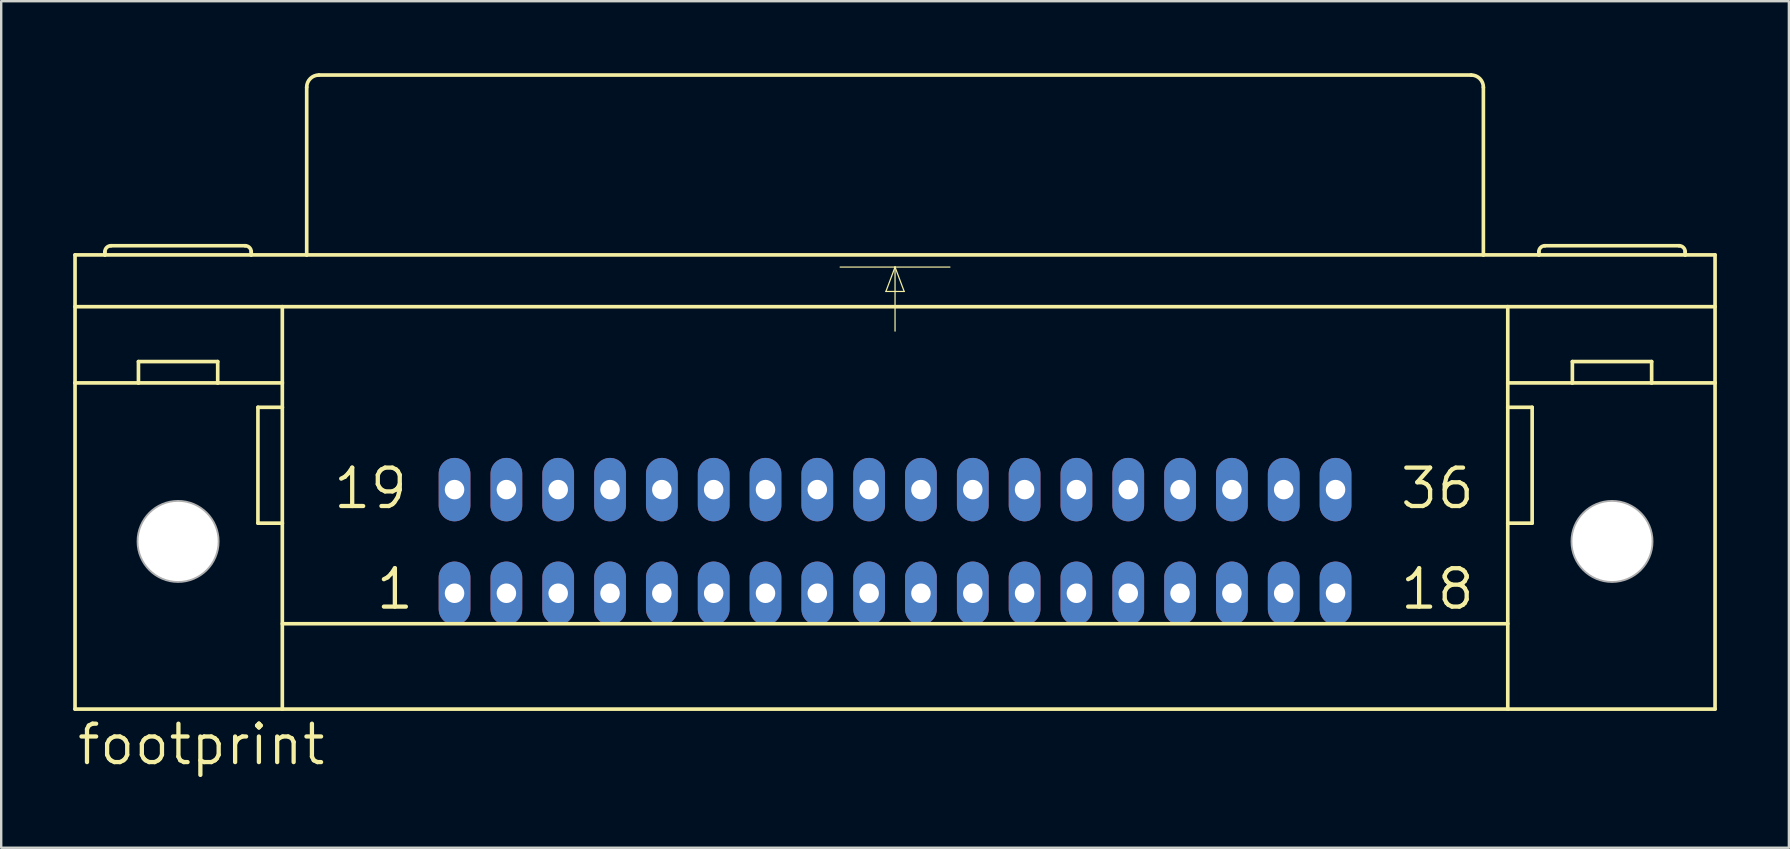
<source format=kicad_pcb>
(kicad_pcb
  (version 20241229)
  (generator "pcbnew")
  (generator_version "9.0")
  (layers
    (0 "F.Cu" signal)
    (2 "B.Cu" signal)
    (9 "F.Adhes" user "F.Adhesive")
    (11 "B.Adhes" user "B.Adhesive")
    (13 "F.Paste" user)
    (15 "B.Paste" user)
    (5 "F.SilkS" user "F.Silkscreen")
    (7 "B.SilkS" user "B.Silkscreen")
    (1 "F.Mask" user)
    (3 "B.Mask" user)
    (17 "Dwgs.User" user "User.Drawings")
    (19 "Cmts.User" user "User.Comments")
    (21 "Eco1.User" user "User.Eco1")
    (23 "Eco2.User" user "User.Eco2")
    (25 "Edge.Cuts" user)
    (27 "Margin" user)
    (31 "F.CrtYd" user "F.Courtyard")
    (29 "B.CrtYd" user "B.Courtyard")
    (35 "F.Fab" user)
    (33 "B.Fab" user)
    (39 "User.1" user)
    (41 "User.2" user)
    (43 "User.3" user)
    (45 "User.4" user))
  (footprint "footprint"
    (layer "F.Cu")
    (at 34.239 19.507)
    (property "Reference" "footprint" (at -34.163 9.398 0) (layer "F.SilkS") (effects (font (size 1.6 1.6) (thickness 0.178)) (justify left bottom)))
    (fp_line (start -34.163 -11.938) (end -32.918 -11.938) (stroke (width 0.152) (type solid)) (layer "F.SilkS"))
    (fp_line (start -34.163 -9.779) (end -25.527 -9.779) (stroke (width 0.152) (type solid)) (layer "F.SilkS"))
    (fp_line (start -34.163 -6.604) (end -34.163 -11.938) (stroke (width 0.152) (type solid)) (layer "F.SilkS"))
    (fp_line (start -34.163 6.985) (end -34.163 -6.604) (stroke (width 0.152) (type solid)) (layer "F.SilkS"))
    (fp_line (start -34.163 6.985) (end -25.527 6.985) (stroke (width 0.152) (type solid)) (layer "F.SilkS"))
    (fp_line (start -32.918 -11.938) (end -32.918 -12.065) (stroke (width 0.152) (type solid)) (layer "F.SilkS"))
    (fp_line (start -32.918 -11.938) (end -26.822 -11.938) (stroke (width 0.152) (type solid)) (layer "F.SilkS"))
    (fp_line (start -31.521 -6.604) (end -34.163 -6.604) (stroke (width 0.152) (type solid)) (layer "F.SilkS"))
    (fp_line (start -31.521 -6.604) (end -31.521 -7.493) (stroke (width 0.152) (type solid)) (layer "F.SilkS"))
    (fp_line (start -28.219 -7.493) (end -31.521 -7.493) (stroke (width 0.152) (type solid)) (layer "F.SilkS"))
    (fp_line (start -28.219 -6.604) (end -31.521 -6.604) (stroke (width 0.152) (type solid)) (layer "F.SilkS"))
    (fp_line (start -28.219 -6.604) (end -28.219 -7.493) (stroke (width 0.152) (type solid)) (layer "F.SilkS"))
    (fp_line (start -27.076 -12.319) (end -32.664 -12.319) (stroke (width 0.152) (type solid)) (layer "F.SilkS"))
    (fp_line (start -26.822 -11.938) (end -26.822 -12.065) (stroke (width 0.152) (type solid)) (layer "F.SilkS"))
    (fp_line (start -26.822 -11.938) (end -24.511 -11.938) (stroke (width 0.152) (type solid)) (layer "F.SilkS"))
    (fp_line (start -26.543 -5.588) (end -26.543 -0.762) (stroke (width 0.152) (type solid)) (layer "F.SilkS"))
    (fp_line (start -26.543 -0.762) (end -25.527 -0.762) (stroke (width 0.152) (type solid)) (layer "F.SilkS"))
    (fp_line (start -25.527 -9.779) (end 25.527 -9.779) (stroke (width 0.152) (type solid)) (layer "F.SilkS"))
    (fp_line (start -25.527 -6.604) (end -28.219 -6.604) (stroke (width 0.152) (type solid)) (layer "F.SilkS"))
    (fp_line (start -25.527 -6.604) (end -25.527 -9.779) (stroke (width 0.152) (type solid)) (layer "F.SilkS"))
    (fp_line (start -25.527 -5.588) (end -26.543 -5.588) (stroke (width 0.152) (type solid)) (layer "F.SilkS"))
    (fp_line (start -25.527 -5.588) (end -25.527 -6.604) (stroke (width 0.152) (type solid)) (layer "F.SilkS"))
    (fp_line (start -25.527 -0.762) (end -25.527 -5.588) (stroke (width 0.152) (type solid)) (layer "F.SilkS"))
    (fp_line (start -25.527 3.429) (end 25.527 3.429) (stroke (width 0.152) (type solid)) (layer "F.SilkS"))
    (fp_line (start -25.527 6.985) (end -25.527 -0.762) (stroke (width 0.152) (type solid)) (layer "F.SilkS"))
    (fp_line (start -25.527 6.985) (end 25.527 6.985) (stroke (width 0.152) (type solid)) (layer "F.SilkS"))
    (fp_line (start -24.511 -11.938) (end -24.511 -18.923) (stroke (width 0.152) (type solid)) (layer "F.SilkS"))
    (fp_line (start -24.511 -11.938) (end 24.511 -11.938) (stroke (width 0.152) (type solid)) (layer "F.SilkS"))
    (fp_line (start -24.003 -19.431) (end 24.003 -19.431) (stroke (width 0.152) (type solid)) (layer "F.SilkS"))
    (fp_line (start -2.286 -11.43) (end 0 -11.43) (stroke (width 0.051) (type solid)) (layer "F.SilkS"))
    (fp_line (start -0.381 -10.414) (end 0.381 -10.414) (stroke (width 0.051) (type solid)) (layer "F.SilkS"))
    (fp_line (start 0 -11.43) (end -0.381 -10.414) (stroke (width 0.051) (type solid)) (layer "F.SilkS"))
    (fp_line (start 0 -11.43) (end 0 -8.763) (stroke (width 0.051) (type solid)) (layer "F.SilkS"))
    (fp_line (start 0 -11.43) (end 2.286 -11.43) (stroke (width 0.051) (type solid)) (layer "F.SilkS"))
    (fp_line (start 0.381 -10.414) (end 0 -11.43) (stroke (width 0.051) (type solid)) (layer "F.SilkS"))
    (fp_line (start 24.511 -11.938) (end 24.511 -18.923) (stroke (width 0.152) (type solid)) (layer "F.SilkS"))
    (fp_line (start 24.511 -11.938) (end 26.822 -11.938) (stroke (width 0.152) (type solid)) (layer "F.SilkS"))
    (fp_line (start 25.527 -9.779) (end 34.163 -9.779) (stroke (width 0.152) (type solid)) (layer "F.SilkS"))
    (fp_line (start 25.527 -6.604) (end 25.527 -9.779) (stroke (width 0.152) (type solid)) (layer "F.SilkS"))
    (fp_line (start 25.527 -6.604) (end 28.219 -6.604) (stroke (width 0.152) (type solid)) (layer "F.SilkS"))
    (fp_line (start 25.527 -5.588) (end 25.527 -6.604) (stroke (width 0.152) (type solid)) (layer "F.SilkS"))
    (fp_line (start 25.527 -5.588) (end 26.543 -5.588) (stroke (width 0.152) (type solid)) (layer "F.SilkS"))
    (fp_line (start 25.527 -0.762) (end 25.527 -5.588) (stroke (width 0.152) (type solid)) (layer "F.SilkS"))
    (fp_line (start 25.527 6.985) (end 25.527 -0.762) (stroke (width 0.152) (type solid)) (layer "F.SilkS"))
    (fp_line (start 25.527 6.985) (end 34.163 6.985) (stroke (width 0.152) (type solid)) (layer "F.SilkS"))
    (fp_line (start 26.543 -5.588) (end 26.543 -0.762) (stroke (width 0.152) (type solid)) (layer "F.SilkS"))
    (fp_line (start 26.543 -0.762) (end 25.527 -0.762) (stroke (width 0.152) (type solid)) (layer "F.SilkS"))
    (fp_line (start 26.822 -11.938) (end 26.822 -12.065) (stroke (width 0.152) (type solid)) (layer "F.SilkS"))
    (fp_line (start 26.822 -11.938) (end 32.918 -11.938) (stroke (width 0.152) (type solid)) (layer "F.SilkS"))
    (fp_line (start 27.076 -12.319) (end 32.664 -12.319) (stroke (width 0.152) (type solid)) (layer "F.SilkS"))
    (fp_line (start 28.219 -7.493) (end 31.521 -7.493) (stroke (width 0.152) (type solid)) (layer "F.SilkS"))
    (fp_line (start 28.219 -6.604) (end 28.219 -7.493) (stroke (width 0.152) (type solid)) (layer "F.SilkS"))
    (fp_line (start 28.219 -6.604) (end 31.521 -6.604) (stroke (width 0.152) (type solid)) (layer "F.SilkS"))
    (fp_line (start 31.521 -6.604) (end 31.521 -7.493) (stroke (width 0.152) (type solid)) (layer "F.SilkS"))
    (fp_line (start 31.521 -6.604) (end 34.163 -6.604) (stroke (width 0.152) (type solid)) (layer "F.SilkS"))
    (fp_line (start 32.918 -11.938) (end 32.918 -12.065) (stroke (width 0.152) (type solid)) (layer "F.SilkS"))
    (fp_line (start 32.918 -11.938) (end 34.163 -11.938) (stroke (width 0.152) (type solid)) (layer "F.SilkS"))
    (fp_line (start 34.163 -11.938) (end 34.163 -6.604) (stroke (width 0.152) (type solid)) (layer "F.SilkS"))
    (fp_line (start 34.163 -6.604) (end 34.163 6.985) (stroke (width 0.152) (type solid)) (layer "F.SilkS"))
    (fp_arc (start -32.9184 -12.065) (mid -32.844005 -12.244605) (end -32.6644 -12.319) (stroke (width 0.1524) (type solid)) (layer "F.SilkS"))
    (fp_arc (start -27.0764 -12.319) (mid -26.896795 -12.244605) (end -26.8224 -12.065) (stroke (width 0.1524) (type solid)) (layer "F.SilkS"))
    (fp_arc (start -24.511 -18.923) (mid -24.36221 -19.28221) (end -24.003 -19.431) (stroke (width 0.1524) (type solid)) (layer "F.SilkS"))
    (fp_arc (start 24.003 -19.431) (mid 24.36221 -19.28221) (end 24.511 -18.923) (stroke (width 0.1524) (type solid)) (layer "F.SilkS"))
    (fp_arc (start 26.8224 -12.065) (mid 26.896795 -12.244605) (end 27.0764 -12.319) (stroke (width 0.1524) (type solid)) (layer "F.SilkS"))
    (fp_arc (start 32.6644 -12.319) (mid 32.844005 -12.244605) (end 32.9184 -12.065) (stroke (width 0.1524) (type solid)) (layer "F.SilkS"))
    (fp_circle (center -29.87 0) (end -28.219 0) (stroke (width 0.152) (type solid)) (fill no) (layer "F.Fab"))
    (fp_circle (center 29.87 0) (end 31.521 0) (stroke (width 0.152) (type solid)) (fill no) (layer "F.Fab"))
    (fp_text user "19" (at -23.495 -1.27 0) (layer "F.SilkS") (effects (font (size 1.6 1.6) (thickness 0.178)) (justify left bottom)))
    (fp_text user "1" (at -21.717 2.921 0) (layer "F.SilkS") (effects (font (size 1.6 1.6) (thickness 0.178)) (justify left bottom)))
    (fp_text user "36" (at 20.955 -1.27 0) (layer "F.SilkS") (effects (font (size 1.6 1.6) (thickness 0.178)) (justify left bottom)))
    (fp_text user "18" (at 20.955 2.921 0) (layer "F.SilkS") (effects (font (size 1.6 1.6) (thickness 0.178)) (justify left bottom)))
    (pad "" np_thru_hole circle (at -29.87 0) (size 3.302 3.302) (drill 3.302) (layers "*.Cu" "*.Mask"))
    (pad "" np_thru_hole circle (at 29.87 0) (size 3.302 3.302) (drill 3.302) (layers "*.Cu" "*.Mask"))
    (pad "1" thru_hole oval (at -18.352 2.159 90) (size 2.642 1.321) (drill 0.813) (layers "*.Cu" "*.Mask"))
    (pad "2" thru_hole oval (at -16.192 2.159 90) (size 2.642 1.321) (drill 0.813) (layers "*.Cu" "*.Mask"))
    (pad "3" thru_hole oval (at -14.034 2.159 90) (size 2.642 1.321) (drill 0.813) (layers "*.Cu" "*.Mask"))
    (pad "4" thru_hole oval (at -11.874 2.159 90) (size 2.642 1.321) (drill 0.813) (layers "*.Cu" "*.Mask"))
    (pad "5" thru_hole oval (at -9.716 2.159 90) (size 2.642 1.321) (drill 0.813) (layers "*.Cu" "*.Mask"))
    (pad "6" thru_hole oval (at -7.556 2.159 90) (size 2.642 1.321) (drill 0.813) (layers "*.Cu" "*.Mask"))
    (pad "7" thru_hole oval (at -5.397 2.159 90) (size 2.642 1.321) (drill 0.813) (layers "*.Cu" "*.Mask"))
    (pad "8" thru_hole oval (at -3.239 2.159 90) (size 2.642 1.321) (drill 0.813) (layers "*.Cu" "*.Mask"))
    (pad "9" thru_hole oval (at -1.079 2.159 90) (size 2.642 1.321) (drill 0.813) (layers "*.Cu" "*.Mask"))
    (pad "10" thru_hole oval (at 1.079 2.159 90) (size 2.642 1.321) (drill 0.813) (layers "*.Cu" "*.Mask"))
    (pad "11" thru_hole oval (at 3.239 2.159 90) (size 2.642 1.321) (drill 0.813) (layers "*.Cu" "*.Mask"))
    (pad "12" thru_hole oval (at 5.397 2.159 90) (size 2.642 1.321) (drill 0.813) (layers "*.Cu" "*.Mask"))
    (pad "13" thru_hole oval (at 7.556 2.159 90) (size 2.642 1.321) (drill 0.813) (layers "*.Cu" "*.Mask"))
    (pad "14" thru_hole oval (at 9.716 2.159 90) (size 2.642 1.321) (drill 0.813) (layers "*.Cu" "*.Mask"))
    (pad "15" thru_hole oval (at 11.874 2.159 90) (size 2.642 1.321) (drill 0.813) (layers "*.Cu" "*.Mask"))
    (pad "16" thru_hole oval (at 14.034 2.159 90) (size 2.642 1.321) (drill 0.813) (layers "*.Cu" "*.Mask"))
    (pad "17" thru_hole oval (at 16.192 2.159 90) (size 2.642 1.321) (drill 0.813) (layers "*.Cu" "*.Mask"))
    (pad "18" thru_hole oval (at 18.352 2.159 90) (size 2.642 1.321) (drill 0.813) (layers "*.Cu" "*.Mask"))
    (pad "19" thru_hole oval (at -18.352 -2.159 90) (size 2.642 1.321) (drill 0.813) (layers "*.Cu" "*.Mask"))
    (pad "20" thru_hole oval (at -16.192 -2.159 90) (size 2.642 1.321) (drill 0.813) (layers "*.Cu" "*.Mask"))
    (pad "21" thru_hole oval (at -14.034 -2.159 90) (size 2.642 1.321) (drill 0.813) (layers "*.Cu" "*.Mask"))
    (pad "22" thru_hole oval (at -11.874 -2.159 90) (size 2.642 1.321) (drill 0.813) (layers "*.Cu" "*.Mask"))
    (pad "23" thru_hole oval (at -9.716 -2.159 90) (size 2.642 1.321) (drill 0.813) (layers "*.Cu" "*.Mask"))
    (pad "24" thru_hole oval (at -7.556 -2.159 90) (size 2.642 1.321) (drill 0.813) (layers "*.Cu" "*.Mask"))
    (pad "25" thru_hole oval (at -5.397 -2.159 90) (size 2.642 1.321) (drill 0.813) (layers "*.Cu" "*.Mask"))
    (pad "26" thru_hole oval (at -3.239 -2.159 90) (size 2.642 1.321) (drill 0.813) (layers "*.Cu" "*.Mask"))
    (pad "27" thru_hole oval (at -1.079 -2.159 90) (size 2.642 1.321) (drill 0.813) (layers "*.Cu" "*.Mask"))
    (pad "28" thru_hole oval (at 1.079 -2.159 90) (size 2.642 1.321) (drill 0.813) (layers "*.Cu" "*.Mask"))
    (pad "29" thru_hole oval (at 3.239 -2.159 90) (size 2.642 1.321) (drill 0.813) (layers "*.Cu" "*.Mask"))
    (pad "30" thru_hole oval (at 5.397 -2.159 90) (size 2.642 1.321) (drill 0.813) (layers "*.Cu" "*.Mask"))
    (pad "31" thru_hole oval (at 7.556 -2.159 90) (size 2.642 1.321) (drill 0.813) (layers "*.Cu" "*.Mask"))
    (pad "32" thru_hole oval (at 9.716 -2.159 90) (size 2.642 1.321) (drill 0.813) (layers "*.Cu" "*.Mask"))
    (pad "33" thru_hole oval (at 11.874 -2.159 90) (size 2.642 1.321) (drill 0.813) (layers "*.Cu" "*.Mask"))
    (pad "34" thru_hole oval (at 14.034 -2.159 90) (size 2.642 1.321) (drill 0.813) (layers "*.Cu" "*.Mask"))
    (pad "35" thru_hole oval (at 16.192 -2.159 90) (size 2.642 1.321) (drill 0.813) (layers "*.Cu" "*.Mask"))
    (pad "36" thru_hole oval (at 18.352 -2.159 90) (size 2.642 1.321) (drill 0.813) (layers "*.Cu" "*.Mask"))
    (zone (net_name "") (layers "F.Cu" "B.Cu") (hatch edge 0.508) (connect_pads) (min_thickness 0.254) (filled_areas_thickness no) (keepout (tracks allowed) (vias not_allowed) (pads allowed) (copperpour allowed) (footprints allowed)) (placement (enabled no)) (fill) (polygon (pts (xy 7.417 19.507) (xy 7.37 18.978) (xy 7.233 18.465) (xy 7.008 17.983) (xy 6.704 17.548) (xy 6.328 17.172) (xy 5.893 16.868) (xy 5.411 16.643) (xy 4.898 16.506) (xy 4.369 16.459) (xy 3.84 16.506) (xy 3.326 16.643) (xy 2.845 16.868) (xy 2.41 17.172) (xy 2.034 17.548) (xy 1.729 17.983) (xy 1.505 18.465) (xy 1.367 18.978) (xy 1.321 19.507) (xy 1.367 20.036) (xy 1.505 20.55) (xy 1.729 21.031) (xy 2.034 21.466) (xy 2.41 21.842) (xy 2.845 22.147) (xy 3.326 22.371) (xy 3.84 22.509) (xy 4.369 22.555) (xy 4.898 22.509) (xy 5.411 22.371) (xy 5.893 22.147) (xy 6.328 21.842) (xy 6.704 21.466) (xy 7.008 21.031) (xy 7.233 20.55) (xy 7.37 20.036))))
    (zone (net_name "") (layers "F.Cu" "B.Cu") (hatch edge 0.508) (connect_pads) (min_thickness 0.254) (filled_areas_thickness no) (keepout (tracks allowed) (vias not_allowed) (pads allowed) (copperpour allowed) (footprints allowed)) (placement (enabled no)) (fill) (polygon (pts (xy 67.158 19.507) (xy 67.111 18.978) (xy 66.974 18.465) (xy 66.749 17.983) (xy 66.445 17.548) (xy 66.069 17.172) (xy 65.634 16.868) (xy 65.152 16.643) (xy 64.639 16.506) (xy 64.11 16.459) (xy 63.58 16.506) (xy 63.067 16.643) (xy 62.586 16.868) (xy 62.15 17.172) (xy 61.775 17.548) (xy 61.47 17.983) (xy 61.245 18.465) (xy 61.108 18.978) (xy 61.062 19.507) (xy 61.108 20.036) (xy 61.245 20.55) (xy 61.47 21.031) (xy 61.775 21.466) (xy 62.15 21.842) (xy 62.586 22.147) (xy 63.067 22.371) (xy 63.58 22.509) (xy 64.11 22.555) (xy 64.639 22.509) (xy 65.152 22.371) (xy 65.634 22.147) (xy 66.069 21.842) (xy 66.445 21.466) (xy 66.749 21.031) (xy 66.974 20.55) (xy 67.111 20.036))))
    (zone (net_name "") (layer "B.Cu") (hatch edge 0.508) (connect_pads) (min_thickness 0.254) (filled_areas_thickness no) (keepout (tracks not_allowed) (vias not_allowed) (pads not_allowed) (copperpour not_allowed) (footprints allowed)) (placement (enabled no)) (fill) (polygon (pts (xy 7.417 19.507) (xy 7.37 18.978) (xy 7.233 18.465) (xy 7.008 17.983) (xy 6.704 17.548) (xy 6.328 17.172) (xy 5.893 16.868) (xy 5.411 16.643) (xy 4.898 16.506) (xy 4.369 16.459) (xy 3.84 16.506) (xy 3.326 16.643) (xy 2.845 16.868) (xy 2.41 17.172) (xy 2.034 17.548) (xy 1.729 17.983) (xy 1.505 18.465) (xy 1.367 18.978) (xy 1.321 19.507) (xy 1.367 20.036) (xy 1.505 20.55) (xy 1.729 21.031) (xy 2.034 21.466) (xy 2.41 21.842) (xy 2.845 22.147) (xy 3.326 22.371) (xy 3.84 22.509) (xy 4.369 22.555) (xy 4.898 22.509) (xy 5.411 22.371) (xy 5.893 22.147) (xy 6.328 21.842) (xy 6.704 21.466) (xy 7.008 21.031) (xy 7.233 20.55) (xy 7.37 20.036))))
    (zone (net_name "") (layer "B.Cu") (hatch edge 0.508) (connect_pads) (min_thickness 0.254) (filled_areas_thickness no) (keepout (tracks not_allowed) (vias not_allowed) (pads not_allowed) (copperpour not_allowed) (footprints allowed)) (placement (enabled no)) (fill) (polygon (pts (xy 67.158 19.507) (xy 67.111 18.978) (xy 66.974 18.465) (xy 66.749 17.983) (xy 66.445 17.548) (xy 66.069 17.172) (xy 65.634 16.868) (xy 65.152 16.643) (xy 64.639 16.506) (xy 64.11 16.459) (xy 63.58 16.506) (xy 63.067 16.643) (xy 62.586 16.868) (xy 62.15 17.172) (xy 61.775 17.548) (xy 61.47 17.983) (xy 61.245 18.465) (xy 61.108 18.978) (xy 61.062 19.507) (xy 61.108 20.036) (xy 61.245 20.55) (xy 61.47 21.031) (xy 61.775 21.466) (xy 62.15 21.842) (xy 62.586 22.147) (xy 63.067 22.371) (xy 63.58 22.509) (xy 64.11 22.555) (xy 64.639 22.509) (xy 65.152 22.371) (xy 65.634 22.147) (xy 66.069 21.842) (xy 66.445 21.466) (xy 66.749 21.031) (xy 66.974 20.55) (xy 67.111 20.036)))))
  (gr_rect
    (start -3 -3)
    (end 71.478 32.268)
    (stroke (width 0.1) (type default))
    (fill no)
    (layer "Edge.Cuts")))
</source>
